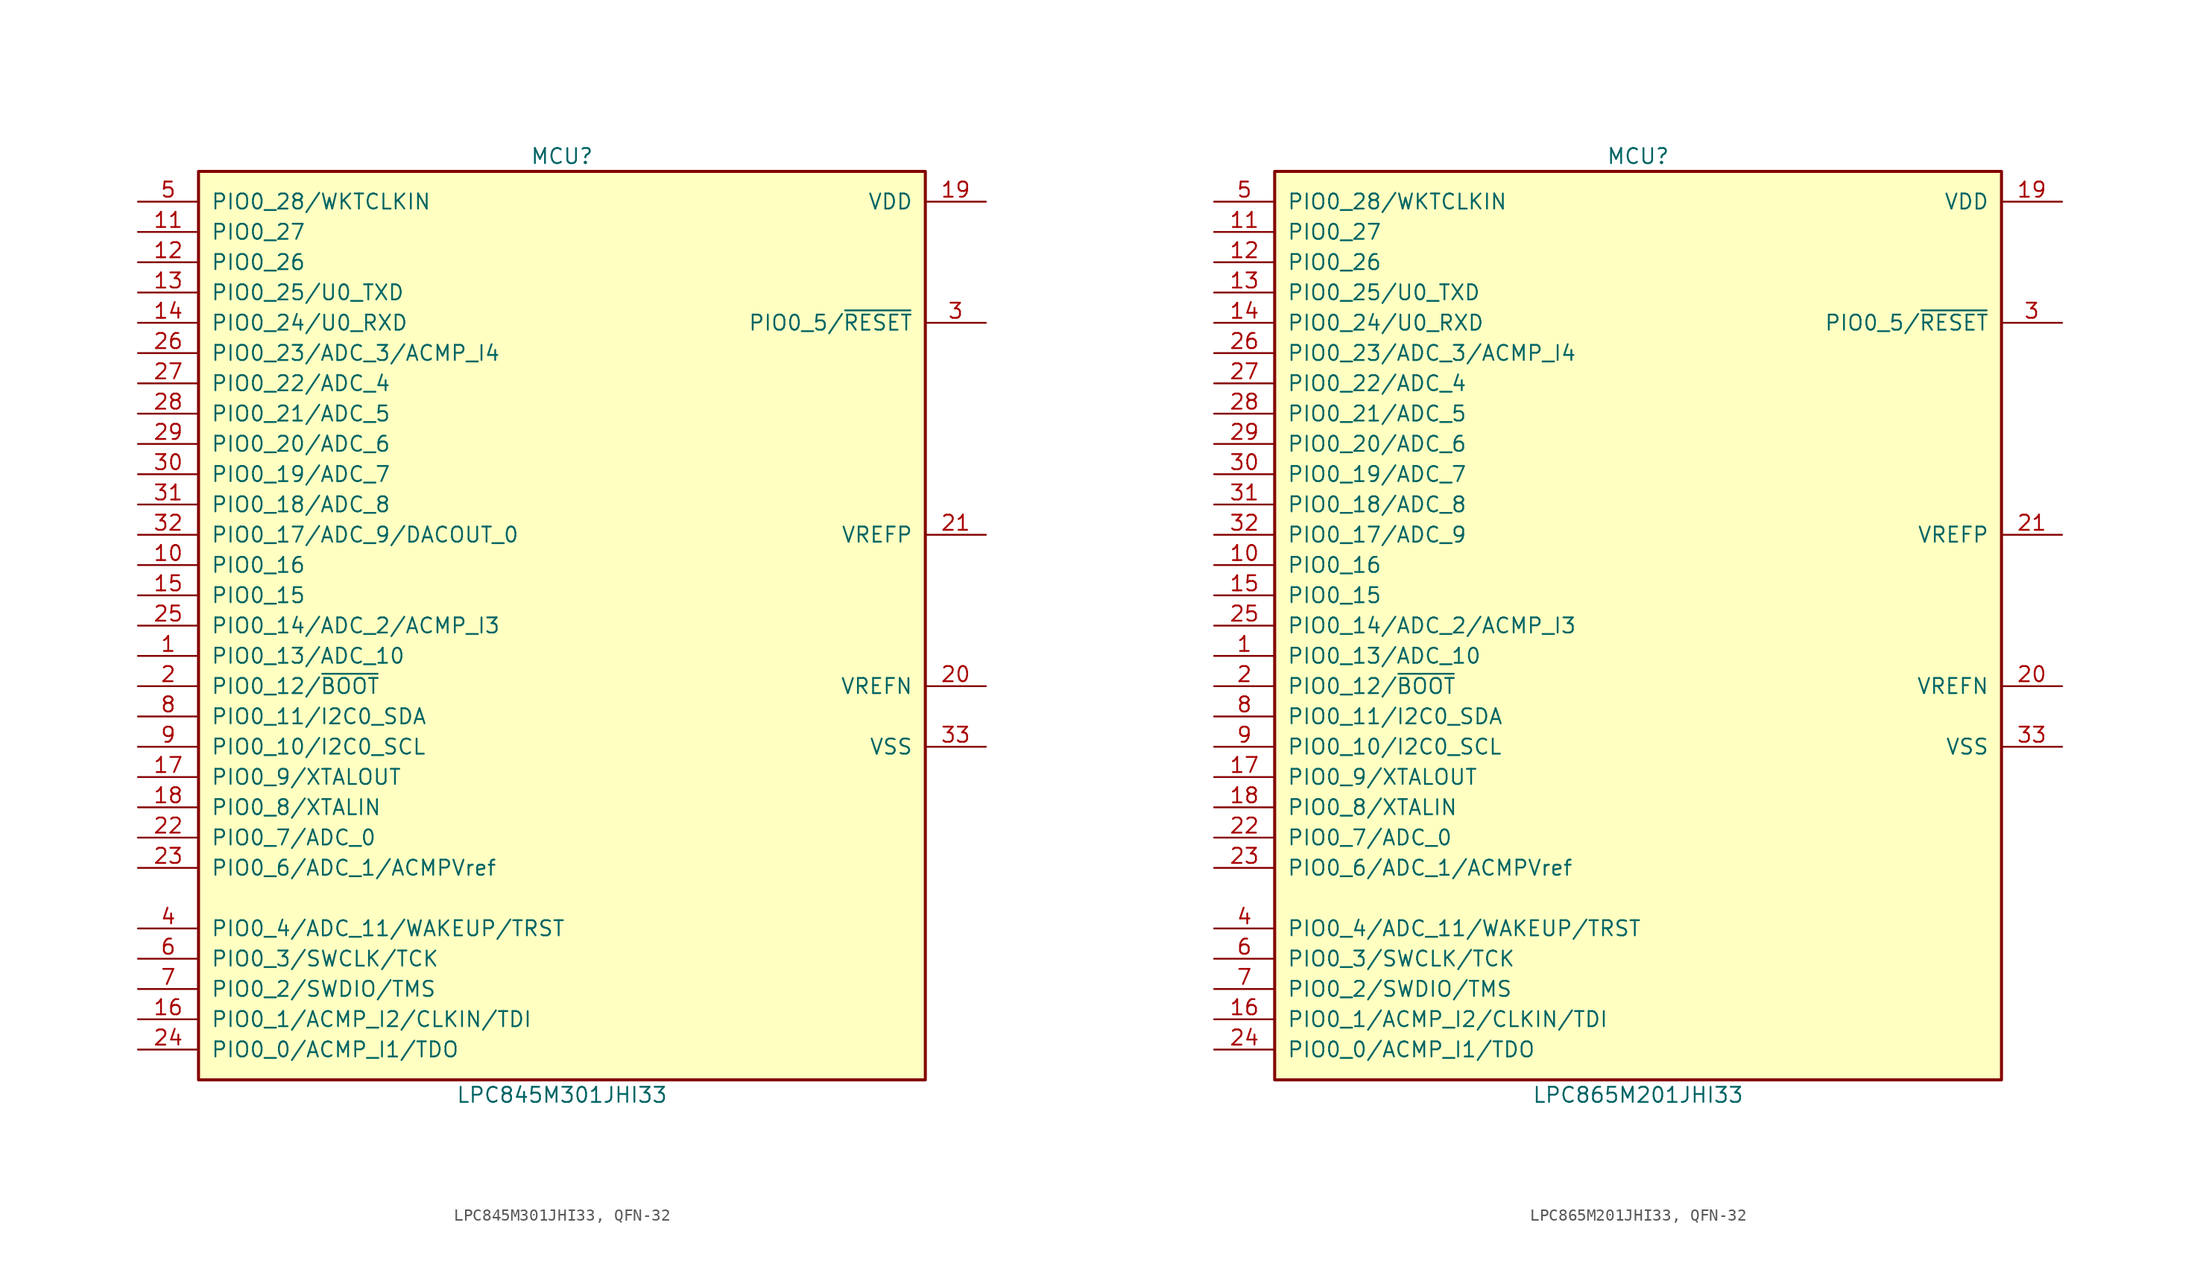
<source format=kicad_sym>
(kicad_symbol_lib
  (version 20241209)
  (generator "kicad_symbol_editor")
  (generator_version "9.0")
  (symbol "LPC845M301JHI33, QFN-32"
    (pin_names
      (offset 1.016))
    (property "Reference" "MCU"
      (at 0 39.37 0)
      (effects (font (size 1.27 1.27))))
    (property "Value" "LPC845M301JHI33"
      (at 0 -39.37 0)
      (effects (font (size 1.27 1.27))))
    (symbol "LPC845M301JHI33, QFN-32_0_1"
      (rectangle (start -30.48 38.1) (end 30.48 -38.1) (stroke (width 0.254) (type default)) (fill (type background))))
    (symbol "LPC845M301JHI33, QFN-32_1_1"
      (pin bidirectional line (at -35.56 35.56 0) (length 5.08) (name "PIO0_28/WKTCLKIN" (effects (font (size 1.27 1.27)))) (number "5" (effects (font (size 1.27 1.27)))))
      (pin bidirectional line (at -35.56 33.02 0) (length 5.08) (name "PIO0_27" (effects (font (size 1.27 1.27)))) (number "11" (effects (font (size 1.27 1.27)))))
      (pin bidirectional line (at -35.56 30.48 0) (length 5.08) (name "PIO0_26" (effects (font (size 1.27 1.27)))) (number "12" (effects (font (size 1.27 1.27)))))
      (pin bidirectional line (at -35.56 27.94 0) (length 5.08) (name "PIO0_25/U0_TXD" (effects (font (size 1.27 1.27)))) (number "13" (effects (font (size 1.27 1.27)))))
      (pin bidirectional line (at -35.56 25.4 0) (length 5.08) (name "PIO0_24/U0_RXD" (effects (font (size 1.27 1.27)))) (number "14" (effects (font (size 1.27 1.27)))))
      (pin bidirectional line (at -35.56 22.86 0) (length 5.08) (name "PIO0_23/ADC_3/ACMP_I4" (effects (font (size 1.27 1.27)))) (number "26" (effects (font (size 1.27 1.27)))))
      (pin bidirectional line (at -35.56 20.32 0) (length 5.08) (name "PIO0_22/ADC_4" (effects (font (size 1.27 1.27)))) (number "27" (effects (font (size 1.27 1.27)))))
      (pin bidirectional line (at -35.56 17.78 0) (length 5.08) (name "PIO0_21/ADC_5" (effects (font (size 1.27 1.27)))) (number "28" (effects (font (size 1.27 1.27)))))
      (pin bidirectional line (at -35.56 15.24 0) (length 5.08) (name "PIO0_20/ADC_6" (effects (font (size 1.27 1.27)))) (number "29" (effects (font (size 1.27 1.27)))))
      (pin bidirectional line (at -35.56 12.7 0) (length 5.08) (name "PIO0_19/ADC_7" (effects (font (size 1.27 1.27)))) (number "30" (effects (font (size 1.27 1.27)))))
      (pin bidirectional line (at -35.56 10.16 0) (length 5.08) (name "PIO0_18/ADC_8" (effects (font (size 1.27 1.27)))) (number "31" (effects (font (size 1.27 1.27)))))
      (pin bidirectional line (at -35.56 7.62 0) (length 5.08) (name "PIO0_17/ADC_9/DACOUT_0" (effects (font (size 1.27 1.27)))) (number "32" (effects (font (size 1.27 1.27)))))
      (pin bidirectional line (at -35.56 5.08 0) (length 5.08) (name "PIO0_16" (effects (font (size 1.27 1.27)))) (number "10" (effects (font (size 1.27 1.27)))))
      (pin bidirectional line (at -35.56 2.54 0) (length 5.08) (name "PIO0_15" (effects (font (size 1.27 1.27)))) (number "15" (effects (font (size 1.27 1.27)))))
      (pin bidirectional line (at -35.56 0 0) (length 5.08) (name "PIO0_14/ADC_2/ACMP_I3" (effects (font (size 1.27 1.27)))) (number "25" (effects (font (size 1.27 1.27)))))
      (pin bidirectional line (at -35.56 -2.54 0) (length 5.08) (name "PIO0_13/ADC_10" (effects (font (size 1.27 1.27)))) (number "1" (effects (font (size 1.27 1.27)))))
      (pin bidirectional line (at -35.56 -5.08 0) (length 5.08) (name "PIO0_12/~{BOOT}" (effects (font (size 1.27 1.27)))) (number "2" (effects (font (size 1.27 1.27)))))
      (pin bidirectional line (at -35.56 -7.62 0) (length 5.08) (name "PIO0_11/I2C0_SDA" (effects (font (size 1.27 1.27)))) (number "8" (effects (font (size 1.27 1.27)))))
      (pin bidirectional line (at -35.56 -10.16 0) (length 5.08) (name "PIO0_10/I2C0_SCL" (effects (font (size 1.27 1.27)))) (number "9" (effects (font (size 1.27 1.27)))))
      (pin bidirectional line (at -35.56 -12.7 0) (length 5.08) (name "PIO0_9/XTALOUT" (effects (font (size 1.27 1.27)))) (number "17" (effects (font (size 1.27 1.27)))))
      (pin bidirectional line (at -35.56 -15.24 0) (length 5.08) (name "PIO0_8/XTALIN" (effects (font (size 1.27 1.27)))) (number "18" (effects (font (size 1.27 1.27)))))
      (pin bidirectional line (at -35.56 -17.78 0) (length 5.08) (name "PIO0_7/ADC_0" (effects (font (size 1.27 1.27)))) (number "22" (effects (font (size 1.27 1.27)))))
      (pin bidirectional line (at -35.56 -20.32 0) (length 5.08) (name "PIO0_6/ADC_1/ACMPVref" (effects (font (size 1.27 1.27)))) (number "23" (effects (font (size 1.27 1.27)))))
      (pin bidirectional line (at -35.56 -25.4 0) (length 5.08) (name "PIO0_4/ADC_11/WAKEUP/TRST" (effects (font (size 1.27 1.27)))) (number "4" (effects (font (size 1.27 1.27)))))
      (pin bidirectional line (at -35.56 -27.94 0) (length 5.08) (name "PIO0_3/SWCLK/TCK" (effects (font (size 1.27 1.27)))) (number "6" (effects (font (size 1.27 1.27)))))
      (pin bidirectional line (at -35.56 -30.48 0) (length 5.08) (name "PIO0_2/SWDIO/TMS" (effects (font (size 1.27 1.27)))) (number "7" (effects (font (size 1.27 1.27)))))
      (pin bidirectional line (at -35.56 -33.02 0) (length 5.08) (name "PIO0_1/ACMP_I2/CLKIN/TDI" (effects (font (size 1.27 1.27)))) (number "16" (effects (font (size 1.27 1.27)))))
      (pin bidirectional line (at -35.56 -35.56 0) (length 5.08) (name "PIO0_0/ACMP_I1/TDO" (effects (font (size 1.27 1.27)))) (number "24" (effects (font (size 1.27 1.27)))))
      (pin power_in line (at 35.56 35.56 180) (length 5.08) (name "VDD" (effects (font (size 1.27 1.27)))) (number "19" (effects (font (size 1.27 1.27)))))
      (pin bidirectional line (at 35.56 25.4 180) (length 5.08) (name "PIO0_5/~{RESET}" (effects (font (size 1.27 1.27)))) (number "3" (effects (font (size 1.27 1.27)))))
      (pin power_in line (at 35.56 7.62 180) (length 5.08) (name "VREFP" (effects (font (size 1.27 1.27)))) (number "21" (effects (font (size 1.27 1.27)))))
      (pin power_in line (at 35.56 -5.08 180) (length 5.08) (name "VREFN" (effects (font (size 1.27 1.27)))) (number "20" (effects (font (size 1.27 1.27)))))
      (pin power_in line (at 35.56 -10.16 180) (length 5.08) (name "VSS" (effects (font (size 1.27 1.27)))) (number "33" (effects (font (size 1.27 1.27)))))))
  (symbol "LPC865M201JHI33, QFN-32"
    (pin_names
      (offset 1.016))
    (property "Reference" "MCU"
      (at 0 39.37 0)
      (effects (font (size 1.27 1.27))))
    (property "Value" "LPC865M201JHI33"
      (at 0 -39.37 0)
      (effects (font (size 1.27 1.27))))
    (symbol "LPC865M201JHI33, QFN-32_0_1"
      (rectangle (start -30.48 38.1) (end 30.48 -38.1) (stroke (width 0.254) (type default)) (fill (type background))))
    (symbol "LPC865M201JHI33, QFN-32_1_1"
      (pin bidirectional line (at -35.56 35.56 0) (length 5.08) (name "PIO0_28/WKTCLKIN" (effects (font (size 1.27 1.27)))) (number "5" (effects (font (size 1.27 1.27)))))
      (pin bidirectional line (at -35.56 33.02 0) (length 5.08) (name "PIO0_27" (effects (font (size 1.27 1.27)))) (number "11" (effects (font (size 1.27 1.27)))))
      (pin bidirectional line (at -35.56 30.48 0) (length 5.08) (name "PIO0_26" (effects (font (size 1.27 1.27)))) (number "12" (effects (font (size 1.27 1.27)))))
      (pin bidirectional line (at -35.56 27.94 0) (length 5.08) (name "PIO0_25/U0_TXD" (effects (font (size 1.27 1.27)))) (number "13" (effects (font (size 1.27 1.27)))))
      (pin bidirectional line (at -35.56 25.4 0) (length 5.08) (name "PIO0_24/U0_RXD" (effects (font (size 1.27 1.27)))) (number "14" (effects (font (size 1.27 1.27)))))
      (pin bidirectional line (at -35.56 22.86 0) (length 5.08) (name "PIO0_23/ADC_3/ACMP_I4" (effects (font (size 1.27 1.27)))) (number "26" (effects (font (size 1.27 1.27)))))
      (pin bidirectional line (at -35.56 20.32 0) (length 5.08) (name "PIO0_22/ADC_4" (effects (font (size 1.27 1.27)))) (number "27" (effects (font (size 1.27 1.27)))))
      (pin bidirectional line (at -35.56 17.78 0) (length 5.08) (name "PIO0_21/ADC_5" (effects (font (size 1.27 1.27)))) (number "28" (effects (font (size 1.27 1.27)))))
      (pin bidirectional line (at -35.56 15.24 0) (length 5.08) (name "PIO0_20/ADC_6" (effects (font (size 1.27 1.27)))) (number "29" (effects (font (size 1.27 1.27)))))
      (pin bidirectional line (at -35.56 12.7 0) (length 5.08) (name "PIO0_19/ADC_7" (effects (font (size 1.27 1.27)))) (number "30" (effects (font (size 1.27 1.27)))))
      (pin bidirectional line (at -35.56 10.16 0) (length 5.08) (name "PIO0_18/ADC_8" (effects (font (size 1.27 1.27)))) (number "31" (effects (font (size 1.27 1.27)))))
      (pin bidirectional line (at -35.56 7.62 0) (length 5.08) (name "PIO0_17/ADC_9" (effects (font (size 1.27 1.27)))) (number "32" (effects (font (size 1.27 1.27)))))
      (pin bidirectional line (at -35.56 5.08 0) (length 5.08) (name "PIO0_16" (effects (font (size 1.27 1.27)))) (number "10" (effects (font (size 1.27 1.27)))))
      (pin bidirectional line (at -35.56 2.54 0) (length 5.08) (name "PIO0_15" (effects (font (size 1.27 1.27)))) (number "15" (effects (font (size 1.27 1.27)))))
      (pin bidirectional line (at -35.56 0 0) (length 5.08) (name "PIO0_14/ADC_2/ACMP_I3" (effects (font (size 1.27 1.27)))) (number "25" (effects (font (size 1.27 1.27)))))
      (pin bidirectional line (at -35.56 -2.54 0) (length 5.08) (name "PIO0_13/ADC_10" (effects (font (size 1.27 1.27)))) (number "1" (effects (font (size 1.27 1.27)))))
      (pin bidirectional line (at -35.56 -5.08 0) (length 5.08) (name "PIO0_12/~{BOOT}" (effects (font (size 1.27 1.27)))) (number "2" (effects (font (size 1.27 1.27)))))
      (pin bidirectional line (at -35.56 -7.62 0) (length 5.08) (name "PIO0_11/I2C0_SDA" (effects (font (size 1.27 1.27)))) (number "8" (effects (font (size 1.27 1.27)))))
      (pin bidirectional line (at -35.56 -10.16 0) (length 5.08) (name "PIO0_10/I2C0_SCL" (effects (font (size 1.27 1.27)))) (number "9" (effects (font (size 1.27 1.27)))))
      (pin bidirectional line (at -35.56 -12.7 0) (length 5.08) (name "PIO0_9/XTALOUT" (effects (font (size 1.27 1.27)))) (number "17" (effects (font (size 1.27 1.27)))))
      (pin bidirectional line (at -35.56 -15.24 0) (length 5.08) (name "PIO0_8/XTALIN" (effects (font (size 1.27 1.27)))) (number "18" (effects (font (size 1.27 1.27)))))
      (pin bidirectional line (at -35.56 -17.78 0) (length 5.08) (name "PIO0_7/ADC_0" (effects (font (size 1.27 1.27)))) (number "22" (effects (font (size 1.27 1.27)))))
      (pin bidirectional line (at -35.56 -20.32 0) (length 5.08) (name "PIO0_6/ADC_1/ACMPVref" (effects (font (size 1.27 1.27)))) (number "23" (effects (font (size 1.27 1.27)))))
      (pin bidirectional line (at -35.56 -25.4 0) (length 5.08) (name "PIO0_4/ADC_11/WAKEUP/TRST" (effects (font (size 1.27 1.27)))) (number "4" (effects (font (size 1.27 1.27)))))
      (pin bidirectional line (at -35.56 -27.94 0) (length 5.08) (name "PIO0_3/SWCLK/TCK" (effects (font (size 1.27 1.27)))) (number "6" (effects (font (size 1.27 1.27)))))
      (pin bidirectional line (at -35.56 -30.48 0) (length 5.08) (name "PIO0_2/SWDIO/TMS" (effects (font (size 1.27 1.27)))) (number "7" (effects (font (size 1.27 1.27)))))
      (pin bidirectional line (at -35.56 -33.02 0) (length 5.08) (name "PIO0_1/ACMP_I2/CLKIN/TDI" (effects (font (size 1.27 1.27)))) (number "16" (effects (font (size 1.27 1.27)))))
      (pin bidirectional line (at -35.56 -35.56 0) (length 5.08) (name "PIO0_0/ACMP_I1/TDO" (effects (font (size 1.27 1.27)))) (number "24" (effects (font (size 1.27 1.27)))))
      (pin power_in line (at 35.56 35.56 180) (length 5.08) (name "VDD" (effects (font (size 1.27 1.27)))) (number "19" (effects (font (size 1.27 1.27)))))
      (pin bidirectional line (at 35.56 25.4 180) (length 5.08) (name "PIO0_5/~{RESET}" (effects (font (size 1.27 1.27)))) (number "3" (effects (font (size 1.27 1.27)))))
      (pin power_in line (at 35.56 7.62 180) (length 5.08) (name "VREFP" (effects (font (size 1.27 1.27)))) (number "21" (effects (font (size 1.27 1.27)))))
      (pin power_in line (at 35.56 -5.08 180) (length 5.08) (name "VREFN" (effects (font (size 1.27 1.27)))) (number "20" (effects (font (size 1.27 1.27)))))
      (pin power_in line (at 35.56 -10.16 180) (length 5.08) (name "VSS" (effects (font (size 1.27 1.27)))) (number "33" (effects (font (size 1.27 1.27))))))))
</source>
